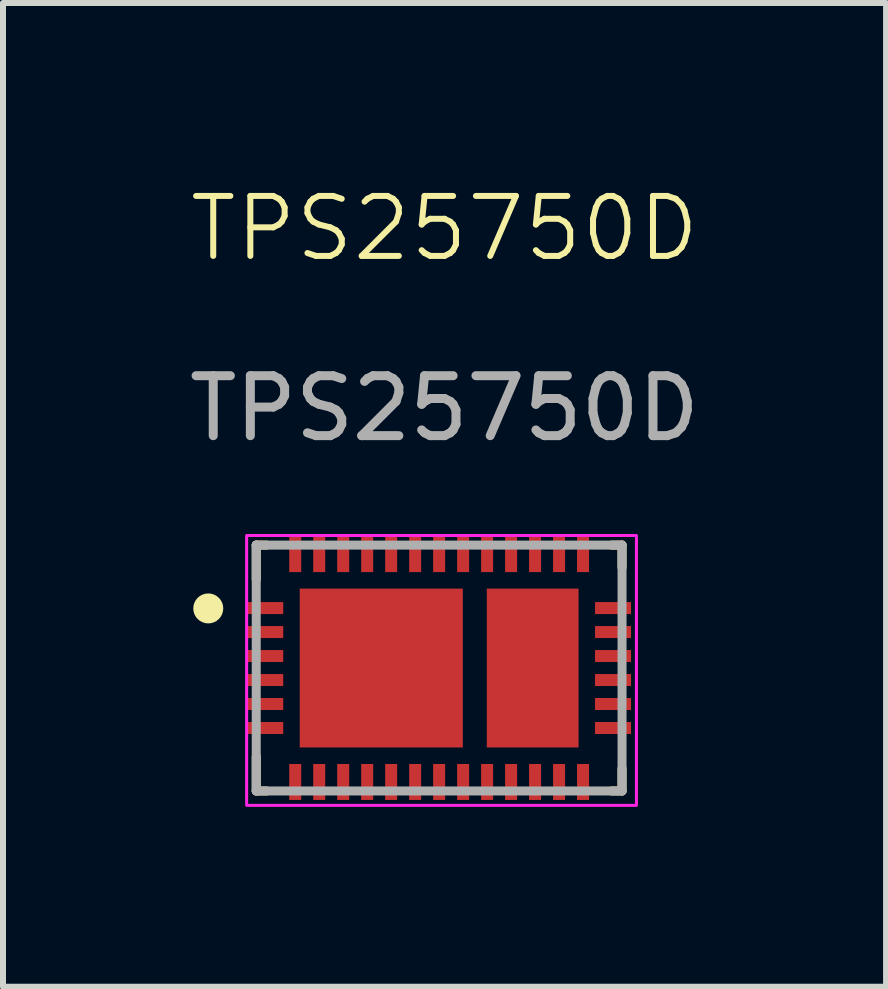
<source format=kicad_pcb>
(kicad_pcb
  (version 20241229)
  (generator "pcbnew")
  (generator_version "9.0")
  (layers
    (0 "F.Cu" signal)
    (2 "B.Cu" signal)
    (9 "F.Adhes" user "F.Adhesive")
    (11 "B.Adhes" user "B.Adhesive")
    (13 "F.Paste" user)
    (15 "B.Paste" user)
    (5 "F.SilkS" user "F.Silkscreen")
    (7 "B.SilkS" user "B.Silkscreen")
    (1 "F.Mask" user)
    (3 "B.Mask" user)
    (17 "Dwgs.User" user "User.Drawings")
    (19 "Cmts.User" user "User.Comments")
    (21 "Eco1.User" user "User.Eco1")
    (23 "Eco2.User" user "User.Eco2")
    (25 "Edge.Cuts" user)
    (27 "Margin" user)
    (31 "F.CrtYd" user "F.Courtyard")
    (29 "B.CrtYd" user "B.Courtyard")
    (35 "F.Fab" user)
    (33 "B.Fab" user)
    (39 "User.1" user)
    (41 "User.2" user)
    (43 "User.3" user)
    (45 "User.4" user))
  (footprint "TPS25750D"
    (layer "F.Cu")
    (at 4.363 8.38)
    (property "Reference" "TPS25750D" (at 0 -7.62 0) (unlocked yes) (layer "F.SilkS") (effects (font (size 1 1) (thickness 0.1))))
    (attr smd)
    (fp_poly (pts (xy -3.24 -1.04) (xy -2.74 -1.04) (xy -2.64 -0.94) (xy -2.64 -0.84) (xy -2.74 -0.74) (xy -3.24 -0.74) (xy -3.34 -0.84) (xy -3.34 -0.94)) (stroke (width 0) (type solid)) (fill yes) (layer "F.Mask"))
    (fp_poly (pts (xy -3.24 -0.34) (xy -3.34 -0.44) (xy -3.34 -0.54) (xy -3.24 -0.64) (xy -2.74 -0.64) (xy -2.64 -0.54) (xy -2.64 -0.44) (xy -2.74 -0.34)) (stroke (width 0) (type solid)) (fill yes) (layer "F.Mask"))
    (fp_poly (pts (xy -2.74 0.06) (xy -3.24 0.06) (xy -3.34 -0.04) (xy -3.34 -0.14) (xy -3.24 -0.24) (xy -2.74 -0.24) (xy -2.64 -0.14) (xy -2.64 -0.04)) (stroke (width 0) (type solid)) (fill yes) (layer "F.Mask"))
    (fp_poly (pts (xy -2.74 0.16) (xy -2.64 0.26) (xy -2.64 0.36) (xy -2.74 0.46) (xy -3.24 0.46) (xy -3.34 0.36) (xy -3.34 0.26) (xy -3.24 0.16)) (stroke (width 0) (type solid)) (fill yes) (layer "F.Mask"))
    (fp_poly (pts (xy -2.74 0.56) (xy -2.64 0.66) (xy -2.64 0.76) (xy -2.74 0.86) (xy -3.24 0.86) (xy -3.34 0.76) (xy -3.34 0.66) (xy -3.24 0.56)) (stroke (width 0) (type solid)) (fill yes) (layer "F.Mask"))
    (fp_poly (pts (xy -2.64 -1.94) (xy -2.64 -2.44) (xy -2.54 -2.54) (xy -2.44 -2.54) (xy -2.34 -2.44) (xy -2.34 -1.94) (xy -2.44 -1.84) (xy -2.54 -1.84)) (stroke (width 0) (type solid)) (fill yes) (layer "F.Mask"))
    (fp_poly (pts (xy -2.64 -1.24) (xy -2.74 -1.14) (xy -3.24 -1.14) (xy -3.34 -1.24) (xy -3.34 -1.34) (xy -3.24 -1.44) (xy -2.74 -1.44) (xy -2.64 -1.34)) (stroke (width 0) (type solid)) (fill yes) (layer "F.Mask"))
    (fp_poly (pts (xy -2.64 1.36) (xy -2.54 1.26) (xy -2.44 1.26) (xy -2.34 1.36) (xy -2.34 1.86) (xy -2.44 1.96) (xy -2.54 1.96) (xy -2.64 1.86)) (stroke (width 0) (type solid)) (fill yes) (layer "F.Mask"))
    (fp_poly (pts (xy -2.465 -1.565) (xy -2.365 -1.665) (xy 0.255 -1.665) (xy 0.355 -1.565) (xy 0.355 0.985) (xy 0.255 1.085) (xy -2.365 1.085) (xy -2.465 0.985)) (stroke (width 0) (type solid)) (fill yes) (layer "F.Mask"))
    (fp_poly (pts (xy -2.14 1.96) (xy -2.24 1.86) (xy -2.24 1.36) (xy -2.14 1.26) (xy -2.04 1.26) (xy -1.94 1.36) (xy -1.94 1.86) (xy -2.04 1.96)) (stroke (width 0) (type solid)) (fill yes) (layer "F.Mask"))
    (fp_poly (pts (xy -1.94 -1.94) (xy -2.04 -1.84) (xy -2.14 -1.84) (xy -2.24 -1.94) (xy -2.24 -2.44) (xy -2.14 -2.54) (xy -2.04 -2.54) (xy -1.94 -2.44)) (stroke (width 0) (type solid)) (fill yes) (layer "F.Mask"))
    (fp_poly (pts (xy -1.64 1.26) (xy -1.54 1.36) (xy -1.54 1.86) (xy -1.64 1.96) (xy -1.74 1.96) (xy -1.84 1.86) (xy -1.84 1.36) (xy -1.74 1.26)) (stroke (width 0) (type solid)) (fill yes) (layer "F.Mask"))
    (fp_poly (pts (xy -1.54 -2.44) (xy -1.54 -1.94) (xy -1.64 -1.84) (xy -1.74 -1.84) (xy -1.84 -1.94) (xy -1.84 -2.44) (xy -1.74 -2.54) (xy -1.64 -2.54)) (stroke (width 0) (type solid)) (fill yes) (layer "F.Mask"))
    (fp_poly (pts (xy -1.34 -2.54) (xy -1.24 -2.54) (xy -1.14 -2.44) (xy -1.14 -1.94) (xy -1.24 -1.84) (xy -1.34 -1.84) (xy -1.44 -1.94) (xy -1.44 -2.44)) (stroke (width 0) (type solid)) (fill yes) (layer "F.Mask"))
    (fp_poly (pts (xy -1.14 1.86) (xy -1.24 1.96) (xy -1.34 1.96) (xy -1.44 1.86) (xy -1.44 1.36) (xy -1.34 1.26) (xy -1.24 1.26) (xy -1.14 1.36)) (stroke (width 0) (type solid)) (fill yes) (layer "F.Mask"))
    (fp_poly (pts (xy -0.94 1.26) (xy -0.84 1.26) (xy -0.74 1.36) (xy -0.74 1.86) (xy -0.84 1.96) (xy -0.94 1.96) (xy -1.04 1.86) (xy -1.04 1.36)) (stroke (width 0) (type solid)) (fill yes) (layer "F.Mask"))
    (fp_poly (pts (xy -0.94 -2.54) (xy -0.84 -2.54) (xy -0.74 -2.44) (xy -0.74 -1.94) (xy -0.84 -1.84) (xy -0.94 -1.84) (xy -1.04 -1.94) (xy -1.04 -2.44)) (stroke (width 0) (type solid)) (fill yes) (layer "F.Mask"))
    (fp_poly (pts (xy -0.54 -2.54) (xy -0.44 -2.54) (xy -0.34 -2.44) (xy -0.34 -1.94) (xy -0.44 -1.84) (xy -0.54 -1.84) (xy -0.64 -1.94) (xy -0.64 -2.44)) (stroke (width 0) (type solid)) (fill yes) (layer "F.Mask"))
    (fp_poly (pts (xy -0.34 1.86) (xy -0.44 1.96) (xy -0.54 1.96) (xy -0.64 1.86) (xy -0.64 1.36) (xy -0.54 1.26) (xy -0.44 1.26) (xy -0.34 1.36)) (stroke (width 0) (type solid)) (fill yes) (layer "F.Mask"))
    (fp_poly (pts (xy -0.14 -2.54) (xy -0.04 -2.54) (xy 0.06 -2.44) (xy 0.06 -1.94) (xy -0.04 -1.84) (xy -0.14 -1.84) (xy -0.24 -1.94) (xy -0.24 -2.44)) (stroke (width 0) (type solid)) (fill yes) (layer "F.Mask"))
    (fp_poly (pts (xy 0.06 1.36) (xy 0.06 1.86) (xy -0.04 1.96) (xy -0.14 1.96) (xy -0.24 1.86) (xy -0.24 1.36) (xy -0.14 1.26) (xy -0.04 1.26)) (stroke (width 0) (type solid)) (fill yes) (layer "F.Mask"))
    (fp_poly (pts (xy 0.26 -2.54) (xy 0.36 -2.54) (xy 0.46 -2.44) (xy 0.46 -1.94) (xy 0.36 -1.84) (xy 0.26 -1.84) (xy 0.16 -1.94) (xy 0.16 -2.44)) (stroke (width 0) (type solid)) (fill yes) (layer "F.Mask"))
    (fp_poly (pts (xy 0.26 1.26) (xy 0.36 1.26) (xy 0.46 1.36) (xy 0.46 1.86) (xy 0.36 1.96) (xy 0.26 1.96) (xy 0.16 1.86) (xy 0.16 1.36)) (stroke (width 0) (type solid)) (fill yes) (layer "F.Mask"))
    (fp_poly (pts (xy 0.56 -1.94) (xy 0.56 -2.44) (xy 0.66 -2.54) (xy 0.76 -2.54) (xy 0.86 -2.44) (xy 0.86 -1.94) (xy 0.76 -1.84) (xy 0.66 -1.84)) (stroke (width 0) (type solid)) (fill yes) (layer "F.Mask"))
    (fp_poly (pts (xy 0.86 1.86) (xy 0.76 1.96) (xy 0.66 1.96) (xy 0.56 1.86) (xy 0.56 1.36) (xy 0.66 1.26) (xy 0.76 1.26) (xy 0.86 1.36)) (stroke (width 0) (type solid)) (fill yes) (layer "F.Mask"))
    (fp_poly (pts (xy 0.96 -1.94) (xy 0.96 -2.44) (xy 1.06 -2.54) (xy 1.16 -2.54) (xy 1.26 -2.44) (xy 1.26 -1.94) (xy 1.16 -1.84) (xy 1.06 -1.84)) (stroke (width 0) (type solid)) (fill yes) (layer "F.Mask"))
    (fp_poly (pts (xy 1.16 1.96) (xy 1.06 1.96) (xy 0.96 1.86) (xy 0.96 1.36) (xy 1.06 1.26) (xy 1.16 1.26) (xy 1.26 1.36) (xy 1.26 1.86)) (stroke (width 0) (type solid)) (fill yes) (layer "F.Mask"))
    (fp_poly (pts (xy 1.56 1.26) (xy 1.66 1.36) (xy 1.66 1.86) (xy 1.56 1.96) (xy 1.46 1.96) (xy 1.36 1.86) (xy 1.36 1.36) (xy 1.46 1.26)) (stroke (width 0) (type solid)) (fill yes) (layer "F.Mask"))
    (fp_poly (pts (xy 1.66 -2.44) (xy 1.66 -1.94) (xy 1.56 -1.84) (xy 1.46 -1.84) (xy 1.36 -1.94) (xy 1.36 -2.44) (xy 1.46 -2.54) (xy 1.56 -2.54)) (stroke (width 0) (type solid)) (fill yes) (layer "F.Mask"))
    (fp_poly (pts (xy 1.76 1.36) (xy 1.86 1.26) (xy 1.96 1.26) (xy 2.06 1.36) (xy 2.06 1.86) (xy 1.96 1.96) (xy 1.86 1.96) (xy 1.76 1.86)) (stroke (width 0) (type solid)) (fill yes) (layer "F.Mask"))
    (fp_poly (pts (xy 1.86 -2.54) (xy 1.96 -2.54) (xy 2.06 -2.44) (xy 2.06 -1.94) (xy 1.96 -1.84) (xy 1.86 -1.84) (xy 1.76 -1.94) (xy 1.76 -2.44)) (stroke (width 0) (type solid)) (fill yes) (layer "F.Mask"))
    (fp_poly (pts (xy 2.16 1.36) (xy 2.26 1.26) (xy 2.36 1.26) (xy 2.46 1.36) (xy 2.46 1.86) (xy 2.36 1.96) (xy 2.26 1.96) (xy 2.16 1.86)) (stroke (width 0) (type solid)) (fill yes) (layer "F.Mask"))
    (fp_poly (pts (xy 2.185 -1.665) (xy 2.285 -1.565) (xy 2.285 0.985) (xy 2.185 1.085) (xy 0.755 1.085) (xy 0.655 0.985) (xy 0.655 -1.565) (xy 0.755 -1.665)) (stroke (width 0) (type solid)) (fill yes) (layer "F.Mask"))
    (fp_poly (pts (xy 2.46 -1.94) (xy 2.36 -1.84) (xy 2.26 -1.84) (xy 2.16 -1.94) (xy 2.16 -2.44) (xy 2.26 -2.54) (xy 2.36 -2.54) (xy 2.46 -2.44)) (stroke (width 0) (type solid)) (fill yes) (layer "F.Mask"))
    (fp_poly (pts (xy 2.56 -1.04) (xy 3.06 -1.04) (xy 3.16 -0.94) (xy 3.16 -0.84) (xy 3.06 -0.74) (xy 2.56 -0.74) (xy 2.46 -0.84) (xy 2.46 -0.94)) (stroke (width 0) (type solid)) (fill yes) (layer "F.Mask"))
    (fp_poly (pts (xy 2.56 -0.34) (xy 2.46 -0.44) (xy 2.46 -0.54) (xy 2.56 -0.64) (xy 3.06 -0.64) (xy 3.16 -0.54) (xy 3.16 -0.44) (xy 3.06 -0.34)) (stroke (width 0) (type solid)) (fill yes) (layer "F.Mask"))
    (fp_poly (pts (xy 2.56 0.16) (xy 3.06 0.16) (xy 3.16 0.26) (xy 3.16 0.36) (xy 3.06 0.46) (xy 2.56 0.46) (xy 2.46 0.36) (xy 2.46 0.26)) (stroke (width 0) (type solid)) (fill yes) (layer "F.Mask"))
    (fp_poly (pts (xy 2.56 0.86) (xy 2.46 0.76) (xy 2.46 0.66) (xy 2.56 0.56) (xy 3.06 0.56) (xy 3.16 0.66) (xy 3.16 0.76) (xy 3.06 0.86)) (stroke (width 0) (type solid)) (fill yes) (layer "F.Mask"))
    (fp_poly (pts (xy 3.16 -1.24) (xy 3.06 -1.14) (xy 2.56 -1.14) (xy 2.46 -1.24) (xy 2.46 -1.34) (xy 2.56 -1.44) (xy 3.06 -1.44) (xy 3.16 -1.34)) (stroke (width 0) (type solid)) (fill yes) (layer "F.Mask"))
    (fp_poly (pts (xy 3.16 -0.04) (xy 3.06 0.06) (xy 2.56 0.06) (xy 2.46 -0.04) (xy 2.46 -0.14) (xy 2.56 -0.24) (xy 3.06 -0.24) (xy 3.16 -0.14)) (stroke (width 0) (type solid)) (fill yes) (layer "F.Mask"))
    (fp_line (start -3.14 -2.34) (end -2.965 -2.34) (stroke (width 0.15) (type solid)) (layer "F.SilkS"))
    (fp_line (start -3.14 -1.765) (end -3.14 -2.34) (stroke (width 0.15) (type solid)) (layer "F.SilkS"))
    (fp_line (start -3.14 1.76) (end -3.14 1.185) (stroke (width 0.15) (type solid)) (layer "F.SilkS"))
    (fp_line (start -3.14 1.76) (end -2.965 1.76) (stroke (width 0.15) (type solid)) (layer "F.SilkS"))
    (fp_line (start 2.785 -2.34) (end 2.96 -2.34) (stroke (width 0.15) (type solid)) (layer "F.SilkS"))
    (fp_line (start 2.785 1.76) (end 2.96 1.76) (stroke (width 0.15) (type solid)) (layer "F.SilkS"))
    (fp_line (start 2.96 -1.968) (end 2.96 -2.34) (stroke (width 0.15) (type solid)) (layer "F.SilkS"))
    (fp_line (start 2.96 1.76) (end 2.96 1.388) (stroke (width 0.15) (type solid)) (layer "F.SilkS"))
    (fp_circle (center -3.94 -1.284) (end -3.815 -1.284) (stroke (width 0.25) (type solid)) (fill no) (layer "F.SilkS"))
    (fp_poly (pts (xy -2.355 -0.135) (xy -2.305 -0.185) (xy -1.205 -0.185) (xy -1.155 -0.135) (xy -1.155 0.935) (xy -1.205 0.985) (xy -2.305 0.985) (xy -2.355 0.935)) (stroke (width 0) (type solid)) (fill yes) (layer "F.Paste"))
    (fp_poly (pts (xy -1.155 -0.445) (xy -1.205 -0.395) (xy -2.305 -0.395) (xy -2.355 -0.445) (xy -2.355 -1.515) (xy -2.305 -1.565) (xy -1.205 -1.565) (xy -1.155 -1.515)) (stroke (width 0) (type solid)) (fill yes) (layer "F.Paste"))
    (fp_poly (pts (xy -0.905 -0.395) (xy -0.955 -0.445) (xy -0.955 -1.515) (xy -0.905 -1.565) (xy 0.195 -1.565) (xy 0.245 -1.515) (xy 0.245 -0.445) (xy 0.195 -0.395)) (stroke (width 0) (type solid)) (fill yes) (layer "F.Paste"))
    (fp_poly (pts (xy -0.905 0.985) (xy -0.955 0.935) (xy -0.955 -0.135) (xy -0.905 -0.185) (xy 0.195 -0.185) (xy 0.245 -0.135) (xy 0.245 0.935) (xy 0.195 0.985)) (stroke (width 0) (type solid)) (fill yes) (layer "F.Paste"))
    (fp_poly (pts (xy 2.095 -0.185) (xy 2.145 -0.135) (xy 2.145 0.935) (xy 2.095 0.985) (xy 0.845 0.985) (xy 0.795 0.935) (xy 0.795 -0.135) (xy 0.845 -0.185)) (stroke (width 0) (type solid)) (fill yes) (layer "F.Paste"))
    (fp_poly (pts (xy 2.145 -0.445) (xy 2.095 -0.395) (xy 0.845 -0.395) (xy 0.795 -0.445) (xy 0.795 -1.515) (xy 0.845 -1.565) (xy 2.095 -1.565) (xy 2.145 -1.515)) (stroke (width 0) (type solid)) (fill yes) (layer "F.Paste"))
    (fp_rect (start -3.3 -2.5) (end 3.2 2) (stroke (width 0.05) (type default)) (fill no) (layer "F.CrtYd"))
    (fp_line (start -3.14 -2.34) (end 2.96 -2.34) (stroke (width 0.15) (type solid)) (layer "F.Fab"))
    (fp_line (start -3.14 1.76) (end -3.14 -2.34) (stroke (width 0.15) (type solid)) (layer "F.Fab"))
    (fp_line (start -3.14 1.76) (end 2.96 1.76) (stroke (width 0.15) (type solid)) (layer "F.Fab"))
    (fp_line (start 2.96 1.76) (end 2.96 -2.34) (stroke (width 0.15) (type solid)) (layer "F.Fab"))
    (fp_text user "${REFERENCE}" (at 0 -4.62 0) (unlocked yes) (layer "F.Fab") (effects (font (size 1 1) (thickness 0.15))))
    (pad "1" smd rect (at -2.99 -1.29) (size 0.6 0.2) (layers "F.Cu" "F.Paste"))
    (pad "2" smd rect (at -2.99 -0.89) (size 0.6 0.2) (layers "F.Cu" "F.Paste"))
    (pad "3" smd rect (at -2.99 -0.49) (size 0.6 0.2) (layers "F.Cu" "F.Paste"))
    (pad "4" smd rect (at -2.99 -0.09) (size 0.6 0.2) (layers "F.Cu" "F.Paste"))
    (pad "5" smd rect (at -2.99 0.31) (size 0.6 0.2) (layers "F.Cu" "F.Paste"))
    (pad "6" smd rect (at -2.99 0.71) (size 0.6 0.2) (layers "F.Cu" "F.Paste"))
    (pad "7" smd rect (at -2.49 1.61) (size 0.2 0.6) (layers "F.Cu" "F.Paste"))
    (pad "8" smd rect (at -2.09 1.61) (size 0.2 0.6) (layers "F.Cu" "F.Paste"))
    (pad "9" smd rect (at -1.69 1.61) (size 0.2 0.6) (layers "F.Cu" "F.Paste"))
    (pad "10" smd rect (at -1.29 1.61) (size 0.2 0.6) (layers "F.Cu" "F.Paste"))
    (pad "11" smd rect (at -0.89 1.61) (size 0.2 0.6) (layers "F.Cu" "F.Paste"))
    (pad "12" smd rect (at -0.49 1.61) (size 0.2 0.6) (layers "F.Cu" "F.Paste"))
    (pad "13" smd rect (at -0.09 1.61) (size 0.2 0.6) (layers "F.Cu" "F.Paste"))
    (pad "14" smd rect (at 0.31 1.61) (size 0.2 0.6) (layers "F.Cu" "F.Paste"))
    (pad "15" smd rect (at 0.71 1.61) (size 0.2 0.6) (layers "F.Cu" "F.Paste"))
    (pad "16" smd rect (at 1.11 1.61) (size 0.2 0.6) (layers "F.Cu" "F.Paste"))
    (pad "17" smd rect (at 1.51 1.61) (size 0.2 0.6) (layers "F.Cu" "F.Paste"))
    (pad "18" smd rect (at 1.91 1.61) (size 0.2 0.6) (layers "F.Cu" "F.Paste"))
    (pad "19" smd rect (at 2.31 1.61) (size 0.2 0.6) (layers "F.Cu" "F.Paste"))
    (pad "20" smd rect (at 2.81 0.71) (size 0.6 0.2) (layers "F.Cu" "F.Paste"))
    (pad "21" smd rect (at 2.81 0.31) (size 0.6 0.2) (layers "F.Cu" "F.Paste"))
    (pad "22" smd rect (at 2.81 -0.09) (size 0.6 0.2) (layers "F.Cu" "F.Paste"))
    (pad "23" smd rect (at 2.81 -0.49) (size 0.6 0.2) (layers "F.Cu" "F.Paste"))
    (pad "24" smd rect (at 2.81 -0.89) (size 0.6 0.2) (layers "F.Cu" "F.Paste"))
    (pad "25" smd rect (at 2.81 -1.29) (size 0.6 0.2) (layers "F.Cu" "F.Paste"))
    (pad "26" smd rect (at 2.31 -2.19) (size 0.2 0.6) (layers "F.Cu" "F.Paste"))
    (pad "27" smd rect (at 1.91 -2.19) (size 0.2 0.6) (layers "F.Cu" "F.Paste"))
    (pad "28" smd rect (at 1.51 -2.19) (size 0.2 0.6) (layers "F.Cu" "F.Paste"))
    (pad "29" smd rect (at 1.11 -2.19) (size 0.2 0.6) (layers "F.Cu" "F.Paste"))
    (pad "30" smd rect (at 0.71 -2.19) (size 0.2 0.6) (layers "F.Cu" "F.Paste"))
    (pad "31" smd rect (at 0.31 -2.19) (size 0.2 0.6) (layers "F.Cu" "F.Paste"))
    (pad "32" smd rect (at -0.09 -2.19) (size 0.2 0.6) (layers "F.Cu" "F.Paste"))
    (pad "33" smd rect (at -0.49 -2.19) (size 0.2 0.6) (layers "F.Cu" "F.Paste"))
    (pad "34" smd rect (at -0.89 -2.19) (size 0.2 0.6) (layers "F.Cu" "F.Paste"))
    (pad "35" smd rect (at -1.29 -2.19) (size 0.2 0.6) (layers "F.Cu" "F.Paste"))
    (pad "36" smd rect (at -1.69 -2.19) (size 0.2 0.6) (layers "F.Cu" "F.Paste"))
    (pad "37" smd rect (at -2.09 -2.19) (size 0.2 0.6) (layers "F.Cu" "F.Paste"))
    (pad "38" smd rect (at -2.49 -2.19) (size 0.2 0.6) (layers "F.Cu" "F.Paste"))
    (pad "39" smd rect (at -1.055 -0.29) (size 2.72 2.65) (layers "F.Cu"))
    (pad "40" smd rect (at 1.47 -0.29) (size 1.53 2.65) (layers "F.Cu")))
  (gr_rect
    (start -3 -3)
    (end 11.726 13.405)
    (stroke (width 0.1) (type default))
    (fill no)
    (layer "Edge.Cuts")))
</source>
